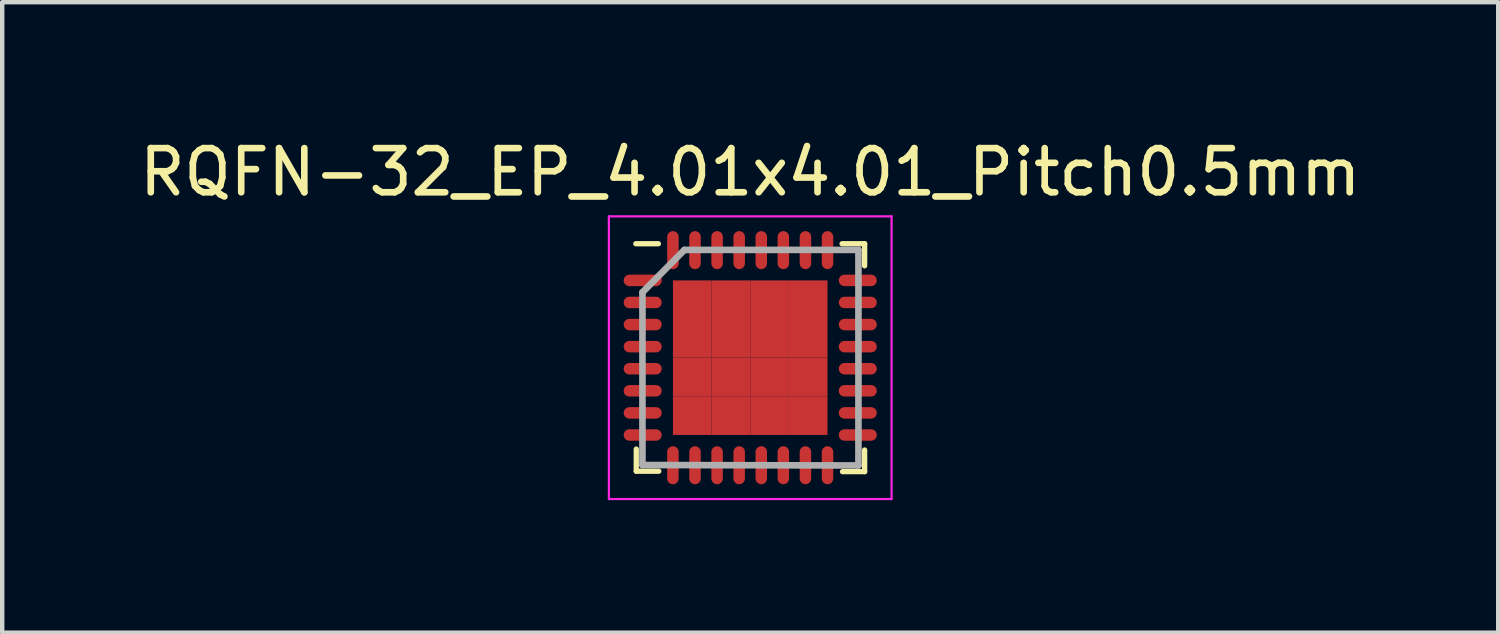
<source format=kicad_pcb>
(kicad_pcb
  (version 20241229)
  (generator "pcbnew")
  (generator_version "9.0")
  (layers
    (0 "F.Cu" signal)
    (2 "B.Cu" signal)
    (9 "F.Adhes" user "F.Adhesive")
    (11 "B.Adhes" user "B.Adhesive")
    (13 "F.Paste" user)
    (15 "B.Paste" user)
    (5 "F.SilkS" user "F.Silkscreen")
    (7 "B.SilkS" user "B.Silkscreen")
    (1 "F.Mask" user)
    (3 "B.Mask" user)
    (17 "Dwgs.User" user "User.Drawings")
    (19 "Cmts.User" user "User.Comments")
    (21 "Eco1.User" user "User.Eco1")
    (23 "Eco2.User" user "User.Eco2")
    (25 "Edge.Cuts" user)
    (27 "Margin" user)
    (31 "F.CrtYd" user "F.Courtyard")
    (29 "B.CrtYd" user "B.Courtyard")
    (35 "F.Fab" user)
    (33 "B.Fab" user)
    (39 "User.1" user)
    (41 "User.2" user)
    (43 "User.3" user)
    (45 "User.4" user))
  (footprint "RQFN-32_EP_4.01x4.01_Pitch0.5mm"
    (layer "F.Cu")
    (at 13.935 5.048)
    (property "Reference" "RQFN-32_EP_4.01x4.01_Pitch0.5mm" (at 0 -4.2 0) (layer "F.SilkS") (effects (font (size 1 1) (thickness 0.15))))
    (attr smd)
    (fp_line (start -2.59 -2.58) (end -2.08 -2.58) (stroke (width 0.12) (type solid)) (layer "F.SilkS"))
    (fp_line (start -2.58 2.07) (end -2.58 2.57) (stroke (width 0.12) (type solid)) (layer "F.SilkS"))
    (fp_line (start -2.58 2.57) (end -2.07 2.57) (stroke (width 0.12) (type solid)) (layer "F.SilkS"))
    (fp_line (start 2.08 -2.58) (end 2.59 -2.58) (stroke (width 0.12) (type solid)) (layer "F.SilkS"))
    (fp_line (start 2.09 2.58) (end 2.59 2.58) (stroke (width 0.12) (type solid)) (layer "F.SilkS"))
    (fp_line (start 2.59 -2.58) (end 2.59 -2.08) (stroke (width 0.12) (type solid)) (layer "F.SilkS"))
    (fp_line (start 2.59 2.58) (end 2.59 2.09) (stroke (width 0.12) (type solid)) (layer "F.SilkS"))
    (fp_line (start -3.2 -3.2) (end 3.2 -3.2) (stroke (width 0.05) (type solid)) (layer "F.CrtYd"))
    (fp_line (start -3.2 3.2) (end -3.2 -3.2) (stroke (width 0.05) (type solid)) (layer "F.CrtYd"))
    (fp_line (start 3.2 -3.2) (end 3.2 3.2) (stroke (width 0.05) (type solid)) (layer "F.CrtYd"))
    (fp_line (start 3.2 3.2) (end -3.2 3.2) (stroke (width 0.05) (type solid)) (layer "F.CrtYd"))
    (fp_line (start -2.44 -1.48) (end -2.44 2.43) (stroke (width 0.15) (type solid)) (layer "F.Fab"))
    (fp_line (start -2.44 2.43) (end 2.45 2.44) (stroke (width 0.15) (type solid)) (layer "F.Fab"))
    (fp_line (start -1.49 -2.44) (end -2.44 -1.48) (stroke (width 0.15) (type solid)) (layer "F.Fab"))
    (fp_line (start 2.45 -2.44) (end -1.49 -2.44) (stroke (width 0.15) (type solid)) (layer "F.Fab"))
    (fp_line (start 2.45 2.44) (end 2.45 -2.44) (stroke (width 0.15) (type solid)) (layer "F.Fab"))
    (pad "0" smd rect (at -1.312 -1.312) (size 0.875 0.875) (layers "F.Cu" "F.Mask" "F.Paste"))
    (pad "0" smd rect (at -1.312 -0.438) (size 0.875 0.875) (layers "F.Cu" "F.Mask" "F.Paste"))
    (pad "0" smd rect (at -1.312 0.438) (size 0.875 0.875) (layers "F.Cu" "F.Mask" "F.Paste"))
    (pad "0" smd rect (at -1.312 1.312) (size 0.875 0.875) (layers "F.Cu" "F.Mask" "F.Paste"))
    (pad "0" smd rect (at -0.438 -1.312) (size 0.875 0.875) (layers "F.Cu" "F.Mask" "F.Paste"))
    (pad "0" smd rect (at -0.438 -0.438) (size 0.875 0.875) (layers "F.Cu" "F.Mask" "F.Paste"))
    (pad "0" smd rect (at -0.438 0.438) (size 0.875 0.875) (layers "F.Cu" "F.Mask" "F.Paste"))
    (pad "0" smd rect (at -0.438 1.312) (size 0.875 0.875) (layers "F.Cu" "F.Mask" "F.Paste"))
    (pad "0" smd rect (at 0.438 -1.312) (size 0.875 0.875) (layers "F.Cu" "F.Mask" "F.Paste"))
    (pad "0" smd rect (at 0.438 -0.438) (size 0.875 0.875) (layers "F.Cu" "F.Mask" "F.Paste"))
    (pad "0" smd rect (at 0.438 0.438) (size 0.875 0.875) (layers "F.Cu" "F.Mask" "F.Paste"))
    (pad "0" smd rect (at 0.438 1.312) (size 0.875 0.875) (layers "F.Cu" "F.Mask" "F.Paste"))
    (pad "0" smd rect (at 1.312 -1.312) (size 0.875 0.875) (layers "F.Cu" "F.Mask" "F.Paste"))
    (pad "0" smd rect (at 1.312 -0.438) (size 0.875 0.875) (layers "F.Cu" "F.Mask" "F.Paste"))
    (pad "0" smd rect (at 1.312 0.438) (size 0.875 0.875) (layers "F.Cu" "F.Mask" "F.Paste"))
    (pad "0" smd rect (at 1.312 1.312) (size 0.875 0.875) (layers "F.Cu" "F.Mask" "F.Paste"))
    (pad "1" smd oval (at -2.435 -1.75 90) (size 0.26 0.86) (layers "F.Cu" "F.Mask" "F.Paste"))
    (pad "2" smd oval (at -2.435 -1.25 90) (size 0.26 0.86) (layers "F.Cu" "F.Mask" "F.Paste"))
    (pad "3" smd oval (at -2.435 -0.75 90) (size 0.26 0.86) (layers "F.Cu" "F.Mask" "F.Paste"))
    (pad "4" smd oval (at -2.435 -0.25 90) (size 0.26 0.86) (layers "F.Cu" "F.Mask" "F.Paste"))
    (pad "5" smd oval (at -2.435 0.25 90) (size 0.26 0.86) (layers "F.Cu" "F.Mask" "F.Paste"))
    (pad "6" smd oval (at -2.435 0.75 90) (size 0.26 0.86) (layers "F.Cu" "F.Mask" "F.Paste"))
    (pad "7" smd oval (at -2.435 1.25 90) (size 0.26 0.86) (layers "F.Cu" "F.Mask" "F.Paste"))
    (pad "8" smd oval (at -2.435 1.75 90) (size 0.26 0.86) (layers "F.Cu" "F.Mask" "F.Paste"))
    (pad "9" smd oval (at -1.75 2.435) (size 0.26 0.86) (layers "F.Cu" "F.Mask" "F.Paste"))
    (pad "10" smd oval (at -1.25 2.435) (size 0.26 0.86) (layers "F.Cu" "F.Mask" "F.Paste"))
    (pad "11" smd oval (at -0.75 2.435) (size 0.26 0.86) (layers "F.Cu" "F.Mask" "F.Paste"))
    (pad "12" smd oval (at -0.25 2.435) (size 0.26 0.86) (layers "F.Cu" "F.Mask" "F.Paste"))
    (pad "13" smd oval (at 0.25 2.435) (size 0.26 0.86) (layers "F.Cu" "F.Mask" "F.Paste"))
    (pad "14" smd oval (at 0.75 2.435) (size 0.26 0.86) (layers "F.Cu" "F.Mask" "F.Paste"))
    (pad "15" smd oval (at 1.25 2.435) (size 0.26 0.86) (layers "F.Cu" "F.Mask" "F.Paste"))
    (pad "16" smd oval (at 1.75 2.435) (size 0.26 0.86) (layers "F.Cu" "F.Mask" "F.Paste"))
    (pad "17" smd oval (at 2.435 1.75 90) (size 0.26 0.86) (layers "F.Cu" "F.Mask" "F.Paste"))
    (pad "18" smd oval (at 2.435 1.25 90) (size 0.26 0.86) (layers "F.Cu" "F.Mask" "F.Paste"))
    (pad "19" smd oval (at 2.435 0.75 90) (size 0.26 0.86) (layers "F.Cu" "F.Mask" "F.Paste"))
    (pad "20" smd oval (at 2.435 0.25 90) (size 0.26 0.86) (layers "F.Cu" "F.Mask" "F.Paste"))
    (pad "21" smd oval (at 2.435 -0.25 90) (size 0.26 0.86) (layers "F.Cu" "F.Mask" "F.Paste"))
    (pad "22" smd oval (at 2.435 -0.75 90) (size 0.26 0.86) (layers "F.Cu" "F.Mask" "F.Paste"))
    (pad "23" smd oval (at 2.435 -1.25 90) (size 0.26 0.86) (layers "F.Cu" "F.Mask" "F.Paste"))
    (pad "24" smd oval (at 2.435 -1.75 90) (size 0.26 0.86) (layers "F.Cu" "F.Mask" "F.Paste"))
    (pad "25" smd oval (at 1.75 -2.435) (size 0.26 0.86) (layers "F.Cu" "F.Mask" "F.Paste"))
    (pad "26" smd oval (at 1.25 -2.435) (size 0.26 0.86) (layers "F.Cu" "F.Mask" "F.Paste"))
    (pad "27" smd oval (at 0.75 -2.435) (size 0.26 0.86) (layers "F.Cu" "F.Mask" "F.Paste"))
    (pad "28" smd oval (at 0.25 -2.435) (size 0.26 0.86) (layers "F.Cu" "F.Mask" "F.Paste"))
    (pad "29" smd oval (at -0.25 -2.435) (size 0.26 0.86) (layers "F.Cu" "F.Mask" "F.Paste"))
    (pad "30" smd oval (at -0.75 -2.435) (size 0.26 0.86) (layers "F.Cu" "F.Mask" "F.Paste"))
    (pad "31" smd oval (at -1.25 -2.435) (size 0.26 0.86) (layers "F.Cu" "F.Mask" "F.Paste"))
    (pad "32" smd oval (at -1.75 -2.435) (size 0.26 0.86) (layers "F.Cu" "F.Mask" "F.Paste")))
  (gr_rect
    (start -3 -3)
    (end 30.869 11.273)
    (stroke (width 0.1) (type default))
    (fill no)
    (layer "Edge.Cuts")))
</source>
